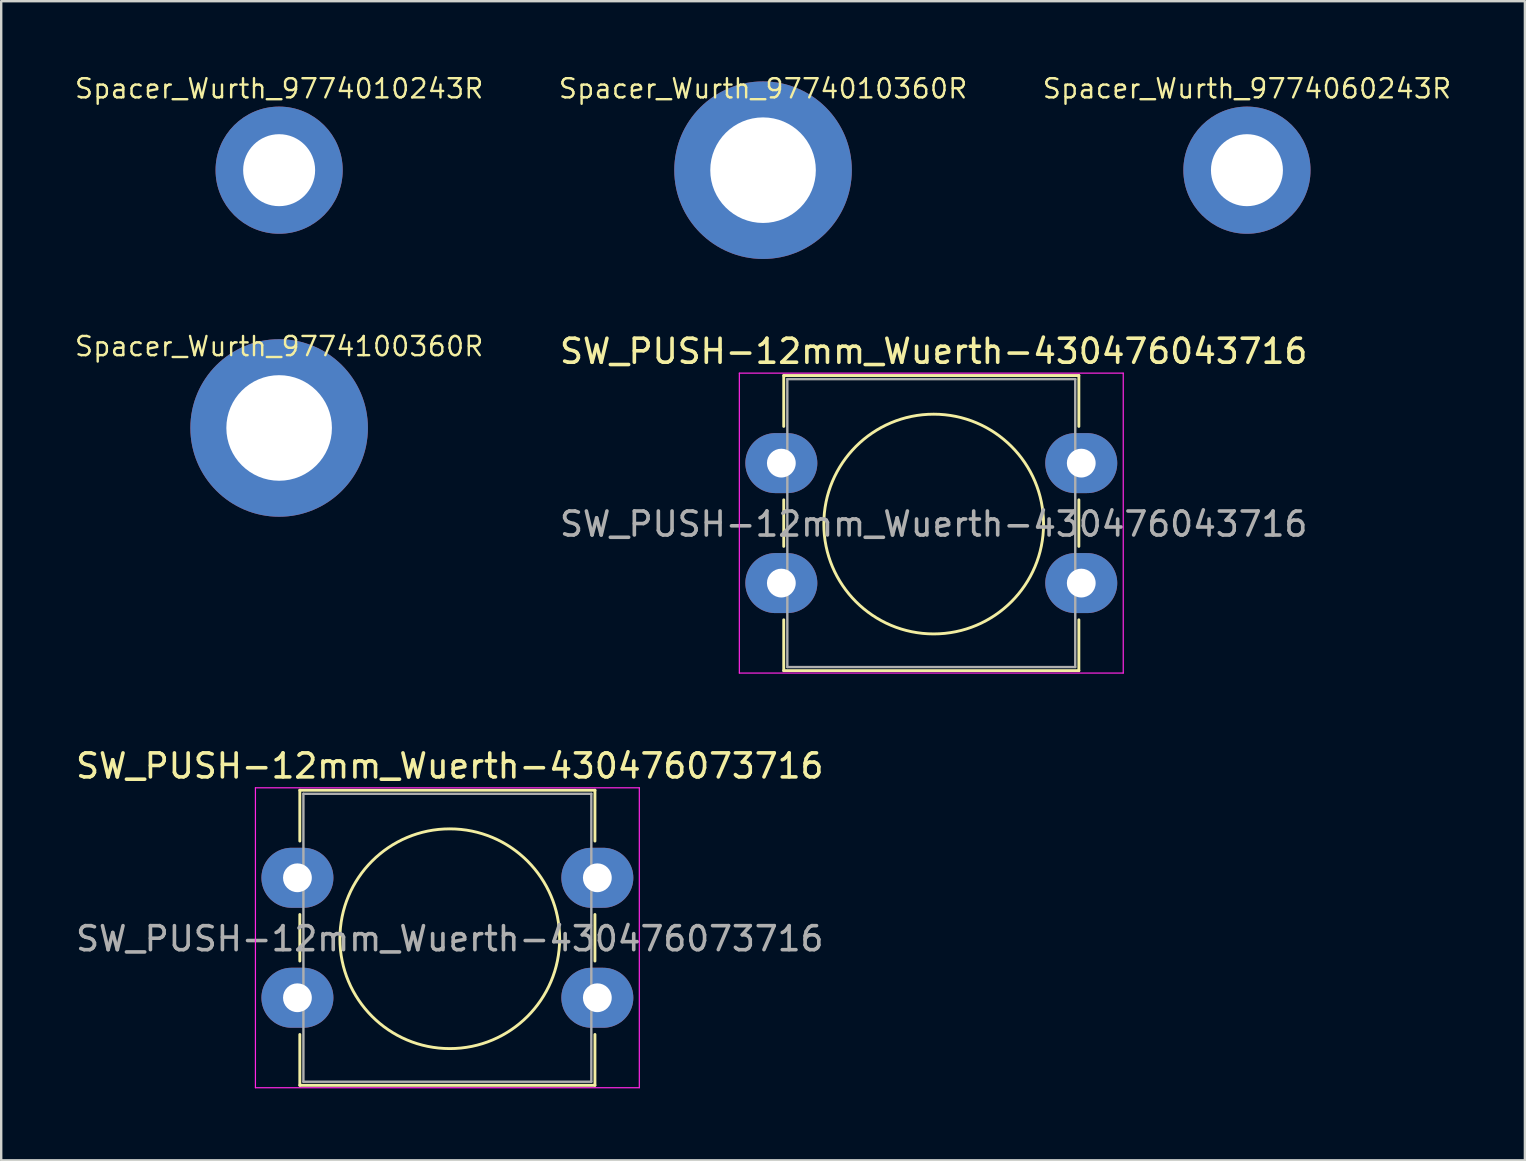
<source format=kicad_pcb>
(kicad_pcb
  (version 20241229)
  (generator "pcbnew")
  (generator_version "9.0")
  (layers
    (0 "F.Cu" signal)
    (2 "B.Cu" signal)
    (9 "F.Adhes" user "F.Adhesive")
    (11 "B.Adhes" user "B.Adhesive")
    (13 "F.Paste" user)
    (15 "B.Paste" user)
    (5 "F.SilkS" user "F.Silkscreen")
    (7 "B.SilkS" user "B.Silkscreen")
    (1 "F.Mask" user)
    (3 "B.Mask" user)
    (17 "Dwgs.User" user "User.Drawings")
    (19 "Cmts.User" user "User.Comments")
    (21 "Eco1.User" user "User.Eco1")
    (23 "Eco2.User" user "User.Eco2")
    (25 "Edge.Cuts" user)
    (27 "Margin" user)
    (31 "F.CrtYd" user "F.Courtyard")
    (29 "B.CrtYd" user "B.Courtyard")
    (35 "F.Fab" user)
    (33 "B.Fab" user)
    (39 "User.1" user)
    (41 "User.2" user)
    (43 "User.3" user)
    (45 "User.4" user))
  (footprint "SW_PUSH-12mm_Wuerth-430476073716"
    (layer "F.Cu")
    (at 9.346 33.535)
    (property "Reference" "SW_PUSH-12mm_Wuerth-430476073716" (at 6.35 -4.66 180) (layer "F.SilkS") (effects (font (size 1 1) (thickness 0.15))))
    (attr through_hole)
    (fp_line (start 0.1 -3.65) (end 12.4 -3.65) (stroke (width 0.12) (type solid)) (layer "F.SilkS"))
    (fp_line (start 0.1 -1.53) (end 0.1 -3.65) (stroke (width 0.12) (type solid)) (layer "F.SilkS"))
    (fp_line (start 0.1 3.47) (end 0.1 1.53) (stroke (width 0.12) (type solid)) (layer "F.SilkS"))
    (fp_line (start 0.1 8.65) (end 0.1 6.53) (stroke (width 0.12) (type solid)) (layer "F.SilkS"))
    (fp_line (start 12.4 -3.65) (end 12.4 -1.53) (stroke (width 0.12) (type solid)) (layer "F.SilkS"))
    (fp_line (start 12.4 1.53) (end 12.4 3.47) (stroke (width 0.12) (type solid)) (layer "F.SilkS"))
    (fp_line (start 12.4 6.53) (end 12.4 8.65) (stroke (width 0.12) (type solid)) (layer "F.SilkS"))
    (fp_line (start 12.4 8.65) (end 0.1 8.65) (stroke (width 0.12) (type solid)) (layer "F.SilkS"))
    (fp_circle (center 6.35 2.54) (end 10.929 2.54) (stroke (width 0.12) (type solid)) (fill no) (layer "F.SilkS"))
    (fp_line (start -1.75 -3.75) (end -1.75 8.75) (stroke (width 0.05) (type solid)) (layer "F.CrtYd"))
    (fp_line (start -1.75 8.75) (end 14.25 8.75) (stroke (width 0.05) (type solid)) (layer "F.CrtYd"))
    (fp_line (start 14.25 -3.75) (end -1.75 -3.75) (stroke (width 0.05) (type solid)) (layer "F.CrtYd"))
    (fp_line (start 14.25 8.75) (end 14.25 -3.75) (stroke (width 0.05) (type solid)) (layer "F.CrtYd"))
    (fp_line (start 0.25 -3.5) (end 0.25 8.5) (stroke (width 0.1) (type solid)) (layer "F.Fab"))
    (fp_line (start 0.25 8.5) (end 12.25 8.5) (stroke (width 0.1) (type solid)) (layer "F.Fab"))
    (fp_line (start 12.25 -3.5) (end 0.25 -3.5) (stroke (width 0.1) (type solid)) (layer "F.Fab"))
    (fp_line (start 12.25 8.5) (end 12.25 -3.5) (stroke (width 0.1) (type solid)) (layer "F.Fab"))
    (fp_text user "${REFERENCE}" (at 6.35 2.54 180) (layer "F.Fab") (effects (font (size 1 1) (thickness 0.15))))
    (pad "1" thru_hole oval (at 0 0) (size 3 2.5) (drill 1.2) (layers "*.Cu" "*.Mask"))
    (pad "1" thru_hole oval (at 12.5 0) (size 3 2.5) (drill 1.2) (layers "*.Cu" "*.Mask"))
    (pad "2" thru_hole oval (at 0 5) (size 3 2.5) (drill 1.2) (layers "*.Cu" "*.Mask"))
    (pad "2" thru_hole oval (at 12.5 5) (size 3 2.5) (drill 1.2) (layers "*.Cu" "*.Mask")))
  (footprint "Spacer_Wurth_9774010243R"
    (layer "F.Cu")
    (at 8.584 4.043)
    (property "Reference" "Spacer_Wurth_9774010243R" (at 0 -3.4 0) (unlocked yes) (layer "F.SilkS") (effects (font (size 0.8 0.8) (thickness 0.1))))
    (attr smd)
    (pad "" np_thru_hole circle (at 0 0) (size 5.3 5.3) (drill 3) (layers "*.Cu" "*.Mask")))
  (footprint "Spacer_Wurth_9774060243R"
    (layer "F.Cu")
    (at 48.921 4.043)
    (property "Reference" "Spacer_Wurth_9774060243R" (at 0 -3.4 0) (unlocked yes) (layer "F.SilkS") (effects (font (size 0.8 0.8) (thickness 0.1))))
    (attr smd)
    (pad "" np_thru_hole circle (at 0 0) (size 5.3 5.3) (drill 3) (layers "*.Cu" "*.Mask")))
  (footprint "Spacer_Wurth_9774100360R"
    (layer "F.Cu")
    (at 8.584 14.787)
    (property "Reference" "Spacer_Wurth_9774100360R" (at 0 -3.4 0) (unlocked yes) (layer "F.SilkS") (effects (font (size 0.8 0.8) (thickness 0.1))))
    (attr smd)
    (pad "" np_thru_hole circle (at 0 0) (size 7.4 7.4) (drill 4.4) (layers "*.Cu" "*.Mask")))
  (footprint "SW_PUSH-12mm_Wuerth-430476043716"
    (layer "F.Cu")
    (at 29.515 16.252)
    (property "Reference" "SW_PUSH-12mm_Wuerth-430476043716" (at 6.35 -4.66 180) (layer "F.SilkS") (effects (font (size 1 1) (thickness 0.15))))
    (attr through_hole)
    (fp_line (start 0.1 -3.65) (end 12.4 -3.65) (stroke (width 0.12) (type solid)) (layer "F.SilkS"))
    (fp_line (start 0.1 -1.53) (end 0.1 -3.65) (stroke (width 0.12) (type solid)) (layer "F.SilkS"))
    (fp_line (start 0.1 3.47) (end 0.1 1.53) (stroke (width 0.12) (type solid)) (layer "F.SilkS"))
    (fp_line (start 0.1 8.65) (end 0.1 6.53) (stroke (width 0.12) (type solid)) (layer "F.SilkS"))
    (fp_line (start 12.4 -3.65) (end 12.4 -1.53) (stroke (width 0.12) (type solid)) (layer "F.SilkS"))
    (fp_line (start 12.4 1.53) (end 12.4 3.47) (stroke (width 0.12) (type solid)) (layer "F.SilkS"))
    (fp_line (start 12.4 6.53) (end 12.4 8.65) (stroke (width 0.12) (type solid)) (layer "F.SilkS"))
    (fp_line (start 12.4 8.65) (end 0.1 8.65) (stroke (width 0.12) (type solid)) (layer "F.SilkS"))
    (fp_circle (center 6.35 2.54) (end 10.929 2.54) (stroke (width 0.12) (type solid)) (fill no) (layer "F.SilkS"))
    (fp_line (start -1.75 -3.75) (end -1.75 8.75) (stroke (width 0.05) (type solid)) (layer "F.CrtYd"))
    (fp_line (start -1.75 8.75) (end 14.25 8.75) (stroke (width 0.05) (type solid)) (layer "F.CrtYd"))
    (fp_line (start 14.25 -3.75) (end -1.75 -3.75) (stroke (width 0.05) (type solid)) (layer "F.CrtYd"))
    (fp_line (start 14.25 8.75) (end 14.25 -3.75) (stroke (width 0.05) (type solid)) (layer "F.CrtYd"))
    (fp_line (start 0.25 -3.5) (end 0.25 8.5) (stroke (width 0.1) (type solid)) (layer "F.Fab"))
    (fp_line (start 0.25 8.5) (end 12.25 8.5) (stroke (width 0.1) (type solid)) (layer "F.Fab"))
    (fp_line (start 12.25 -3.5) (end 0.25 -3.5) (stroke (width 0.1) (type solid)) (layer "F.Fab"))
    (fp_line (start 12.25 8.5) (end 12.25 -3.5) (stroke (width 0.1) (type solid)) (layer "F.Fab"))
    (fp_text user "${REFERENCE}" (at 6.35 2.54 180) (layer "F.Fab") (effects (font (size 1 1) (thickness 0.15))))
    (pad "1" thru_hole oval (at 0 0) (size 3 2.5) (drill 1.2) (layers "*.Cu" "*.Mask"))
    (pad "1" thru_hole oval (at 12.5 0) (size 3 2.5) (drill 1.2) (layers "*.Cu" "*.Mask"))
    (pad "2" thru_hole oval (at 0 5) (size 3 2.5) (drill 1.2) (layers "*.Cu" "*.Mask"))
    (pad "2" thru_hole oval (at 12.5 5) (size 3 2.5) (drill 1.2) (layers "*.Cu" "*.Mask")))
  (footprint "Spacer_Wurth_9774010360R"
    (layer "F.Cu")
    (at 28.753 4.043)
    (property "Reference" "Spacer_Wurth_9774010360R" (at 0 -3.4 0) (unlocked yes) (layer "F.SilkS") (effects (font (size 0.8 0.8) (thickness 0.1))))
    (attr smd)
    (pad "" np_thru_hole circle (at 0 0) (size 7.4 7.4) (drill 4.4) (layers "*.Cu" "*.Mask")))
  (gr_rect
    (start -3 -3)
    (end 60.506 45.31)
    (stroke (width 0.1) (type default))
    (fill no)
    (layer "Edge.Cuts")))
</source>
